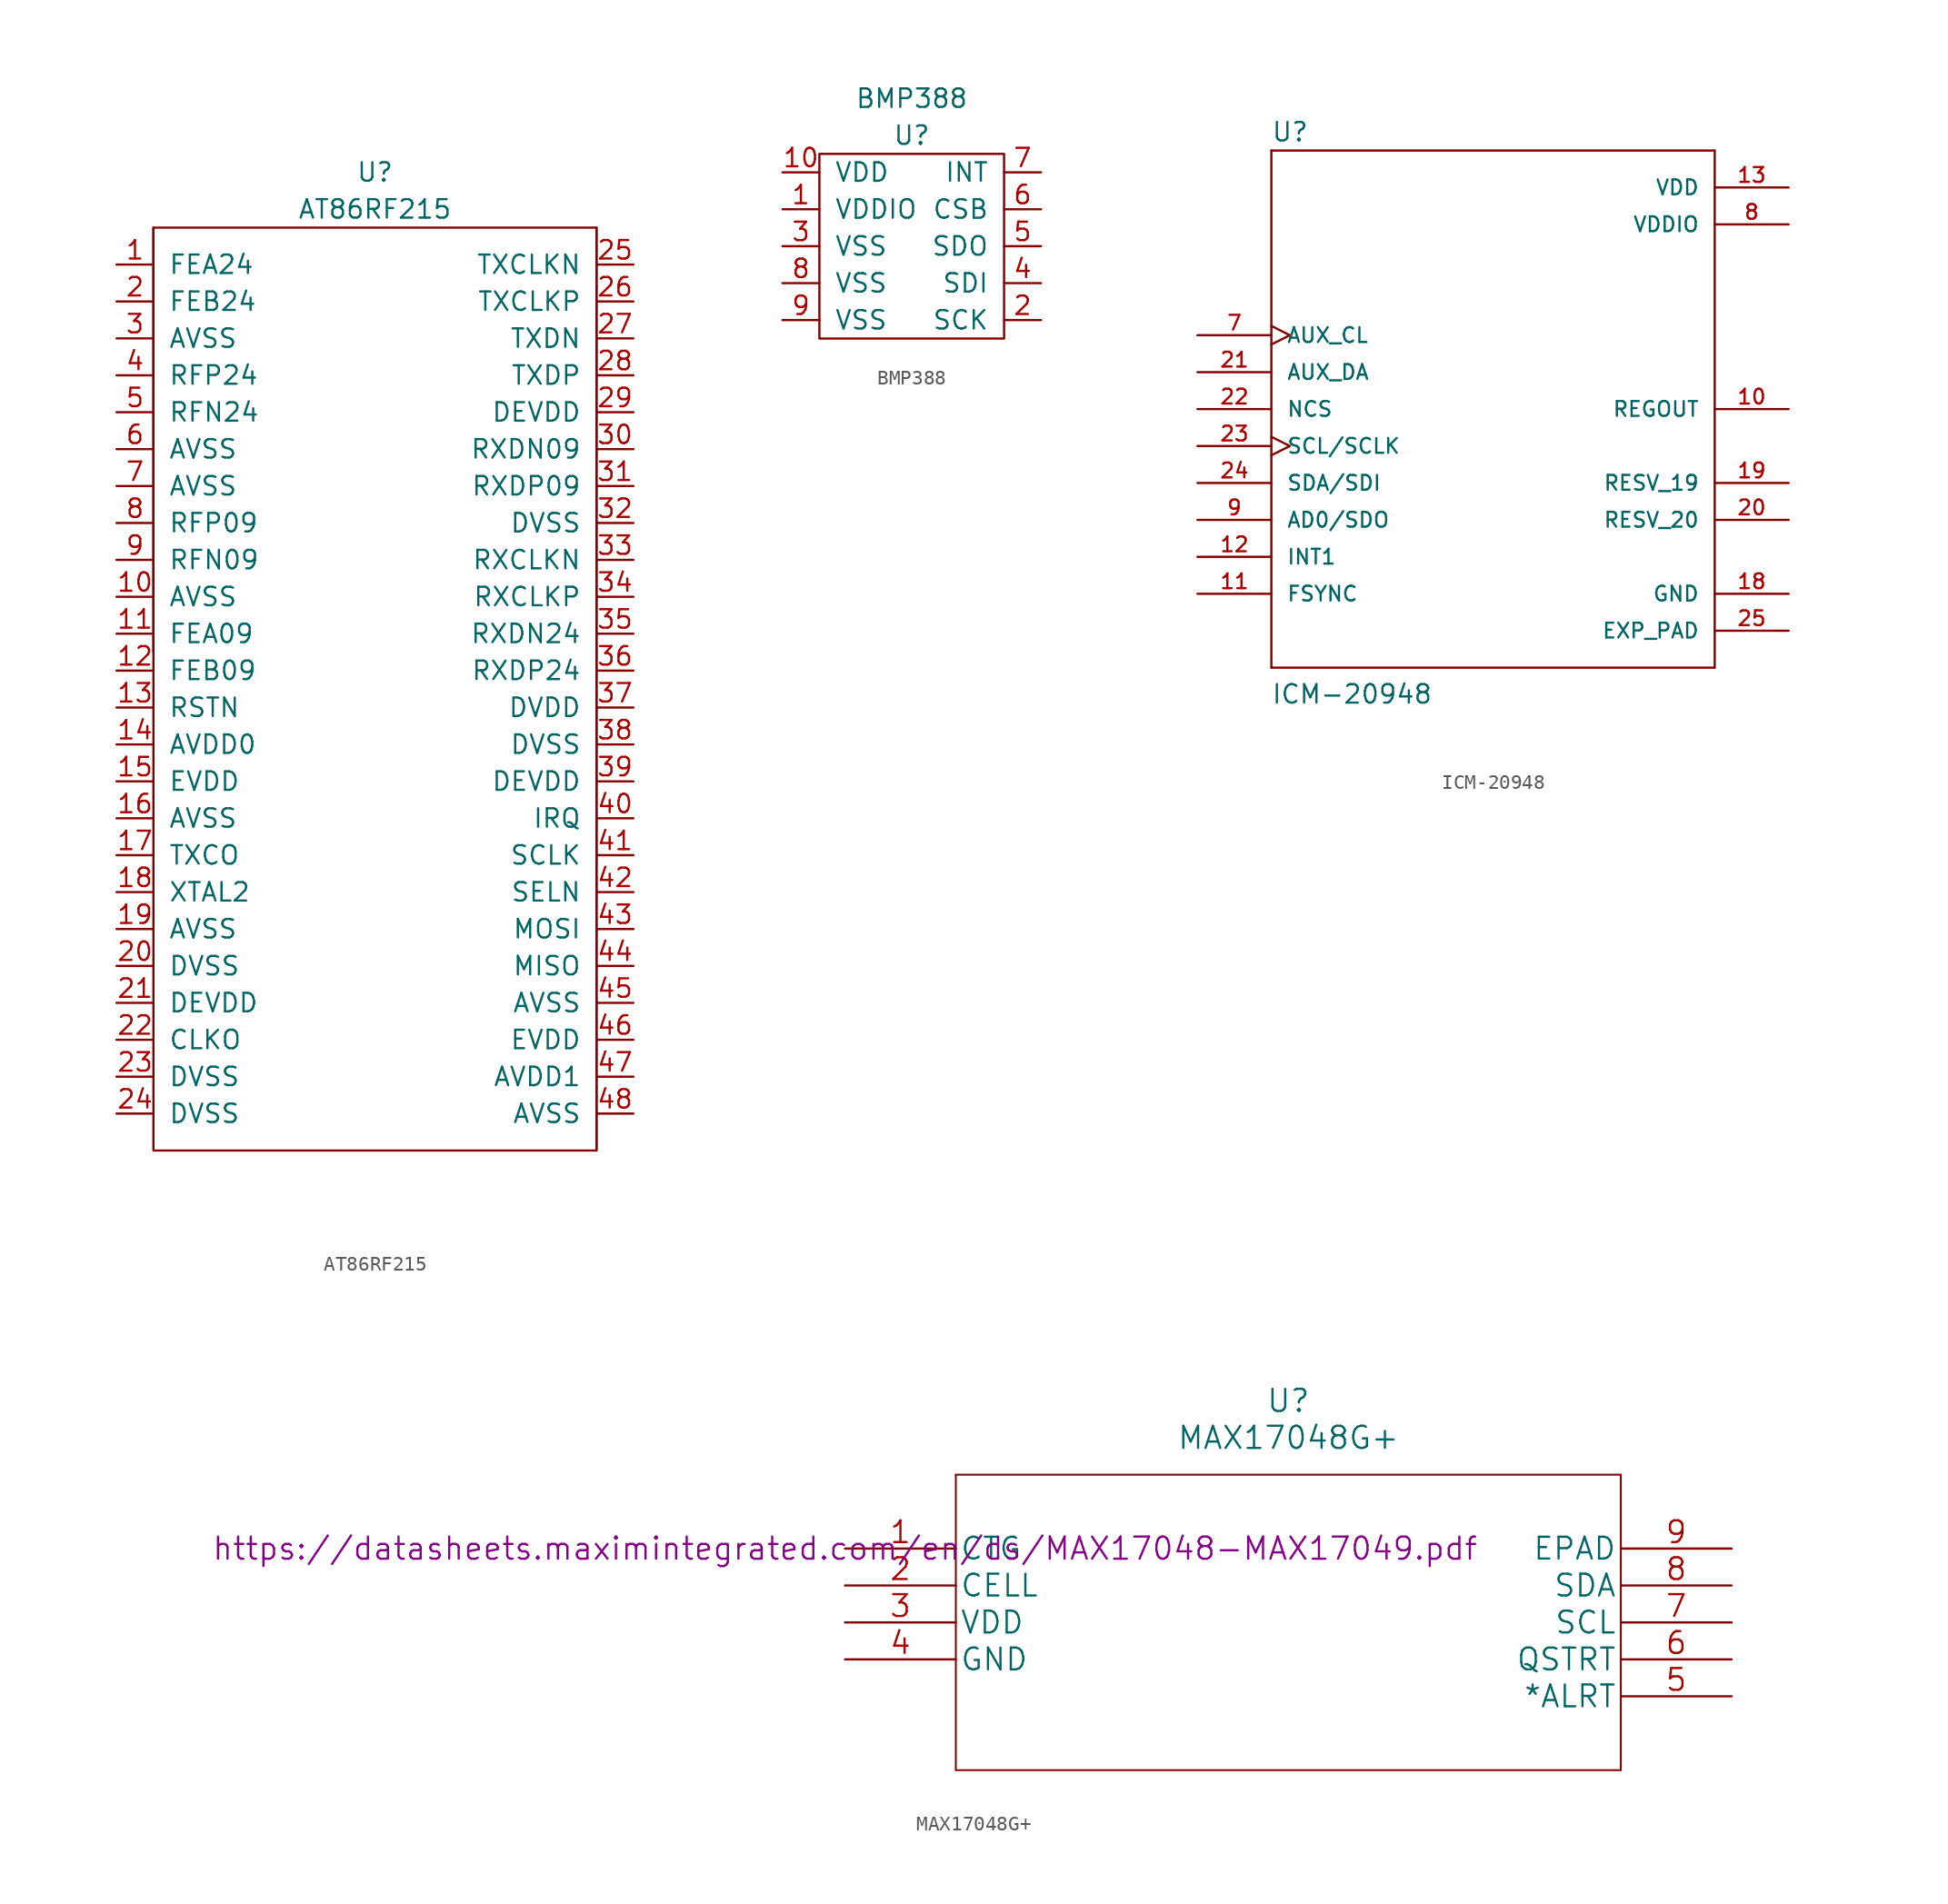
<source format=kicad_sym>
(kicad_symbol_lib
  (version 20211014)
  (generator kicad_symbol_editor)
  (symbol "AT86RF215"
    (pin_names
      (offset 1.016))
    (property "Reference" "U"
      (at 0 34.29 0)
      (effects (font (size 1.27 1.27))))
    (property "Value" "AT86RF215"
      (at 0 31.75 0)
      (effects (font (size 1.27 1.27))))
    (symbol "AT86RF215_0_1"
      (rectangle (start -15.24 1.27) (end -15.24 30.48) (stroke (width 0) (type default) (color 0 0 0 0)) (fill (type none)))
      (rectangle (start -15.24 30.48) (end 15.24 -33.02) (stroke (width 0) (type default) (color 0 0 0 0)) (fill (type none)))
      (rectangle (start 15.24 -33.02) (end 15.24 30.48) (stroke (width 0) (type default) (color 0 0 0 0)) (fill (type none))))
    (symbol "AT86RF215_1_1"
      (pin output line (at -17.78 27.94 0) (length 2.54) (name "FEA24" (effects (font (size 1.27 1.27)))) (number "1" (effects (font (size 1.27 1.27)))))
      (pin input line (at -17.78 5.08 0) (length 2.54) (name "AVSS" (effects (font (size 1.27 1.27)))) (number "10" (effects (font (size 1.27 1.27)))))
      (pin output line (at -17.78 2.54 0) (length 2.54) (name "FEA09" (effects (font (size 1.27 1.27)))) (number "11" (effects (font (size 1.27 1.27)))))
      (pin output line (at -17.78 0 0) (length 2.54) (name "FEB09" (effects (font (size 1.27 1.27)))) (number "12" (effects (font (size 1.27 1.27)))))
      (pin input line (at -17.78 -2.54 0) (length 2.54) (name "RSTN" (effects (font (size 1.27 1.27)))) (number "13" (effects (font (size 1.27 1.27)))))
      (pin input line (at -17.78 -5.08 0) (length 2.54) (name "AVDD0" (effects (font (size 1.27 1.27)))) (number "14" (effects (font (size 1.27 1.27)))))
      (pin input line (at -17.78 -7.62 0) (length 2.54) (name "EVDD" (effects (font (size 1.27 1.27)))) (number "15" (effects (font (size 1.27 1.27)))))
      (pin input line (at -17.78 -10.16 0) (length 2.54) (name "AVSS" (effects (font (size 1.27 1.27)))) (number "16" (effects (font (size 1.27 1.27)))))
      (pin input line (at -17.78 -12.7 0) (length 2.54) (name "TXCO" (effects (font (size 1.27 1.27)))) (number "17" (effects (font (size 1.27 1.27)))))
      (pin output line (at -17.78 -15.24 0) (length 2.54) (name "XTAL2" (effects (font (size 1.27 1.27)))) (number "18" (effects (font (size 1.27 1.27)))))
      (pin input line (at -17.78 -17.78 0) (length 2.54) (name "AVSS" (effects (font (size 1.27 1.27)))) (number "19" (effects (font (size 1.27 1.27)))))
      (pin output line (at -17.78 25.4 0) (length 2.54) (name "FEB24" (effects (font (size 1.27 1.27)))) (number "2" (effects (font (size 1.27 1.27)))))
      (pin input line (at -17.78 -20.32 0) (length 2.54) (name "DVSS" (effects (font (size 1.27 1.27)))) (number "20" (effects (font (size 1.27 1.27)))))
      (pin input line (at -17.78 -22.86 0) (length 2.54) (name "DEVDD" (effects (font (size 1.27 1.27)))) (number "21" (effects (font (size 1.27 1.27)))))
      (pin output line (at -17.78 -25.4 0) (length 2.54) (name "CLKO" (effects (font (size 1.27 1.27)))) (number "22" (effects (font (size 1.27 1.27)))))
      (pin input line (at -17.78 -27.94 0) (length 2.54) (name "DVSS" (effects (font (size 1.27 1.27)))) (number "23" (effects (font (size 1.27 1.27)))))
      (pin input line (at -17.78 -30.48 0) (length 2.54) (name "DVSS" (effects (font (size 1.27 1.27)))) (number "24" (effects (font (size 1.27 1.27)))))
      (pin input line (at 17.78 27.94 180) (length 2.54) (name "TXCLKN" (effects (font (size 1.27 1.27)))) (number "25" (effects (font (size 1.27 1.27)))))
      (pin input line (at 17.78 25.4 180) (length 2.54) (name "TXCLKP" (effects (font (size 1.27 1.27)))) (number "26" (effects (font (size 1.27 1.27)))))
      (pin input line (at 17.78 22.86 180) (length 2.54) (name "TXDN" (effects (font (size 1.27 1.27)))) (number "27" (effects (font (size 1.27 1.27)))))
      (pin input line (at 17.78 20.32 180) (length 2.54) (name "TXDP" (effects (font (size 1.27 1.27)))) (number "28" (effects (font (size 1.27 1.27)))))
      (pin input line (at 17.78 17.78 180) (length 2.54) (name "DEVDD" (effects (font (size 1.27 1.27)))) (number "29" (effects (font (size 1.27 1.27)))))
      (pin input line (at -17.78 22.86 0) (length 2.54) (name "AVSS" (effects (font (size 1.27 1.27)))) (number "3" (effects (font (size 1.27 1.27)))))
      (pin output line (at 17.78 15.24 180) (length 2.54) (name "RXDN09" (effects (font (size 1.27 1.27)))) (number "30" (effects (font (size 1.27 1.27)))))
      (pin output line (at 17.78 12.7 180) (length 2.54) (name "RXDP09" (effects (font (size 1.27 1.27)))) (number "31" (effects (font (size 1.27 1.27)))))
      (pin input line (at 17.78 10.16 180) (length 2.54) (name "DVSS" (effects (font (size 1.27 1.27)))) (number "32" (effects (font (size 1.27 1.27)))))
      (pin output line (at 17.78 7.62 180) (length 2.54) (name "RXCLKN" (effects (font (size 1.27 1.27)))) (number "33" (effects (font (size 1.27 1.27)))))
      (pin output line (at 17.78 5.08 180) (length 2.54) (name "RXCLKP" (effects (font (size 1.27 1.27)))) (number "34" (effects (font (size 1.27 1.27)))))
      (pin output line (at 17.78 2.54 180) (length 2.54) (name "RXDN24" (effects (font (size 1.27 1.27)))) (number "35" (effects (font (size 1.27 1.27)))))
      (pin output line (at 17.78 0 180) (length 2.54) (name "RXDP24" (effects (font (size 1.27 1.27)))) (number "36" (effects (font (size 1.27 1.27)))))
      (pin input line (at 17.78 -2.54 180) (length 2.54) (name "DVDD" (effects (font (size 1.27 1.27)))) (number "37" (effects (font (size 1.27 1.27)))))
      (pin input line (at 17.78 -5.08 180) (length 2.54) (name "DVSS" (effects (font (size 1.27 1.27)))) (number "38" (effects (font (size 1.27 1.27)))))
      (pin input line (at 17.78 -7.62 180) (length 2.54) (name "DEVDD" (effects (font (size 1.27 1.27)))) (number "39" (effects (font (size 1.27 1.27)))))
      (pin input line (at -17.78 20.32 0) (length 2.54) (name "RFP24" (effects (font (size 1.27 1.27)))) (number "4" (effects (font (size 1.27 1.27)))))
      (pin input line (at 17.78 -10.16 180) (length 2.54) (name "IRQ" (effects (font (size 1.27 1.27)))) (number "40" (effects (font (size 1.27 1.27)))))
      (pin input line (at 17.78 -12.7 180) (length 2.54) (name "SCLK" (effects (font (size 1.27 1.27)))) (number "41" (effects (font (size 1.27 1.27)))))
      (pin input line (at 17.78 -15.24 180) (length 2.54) (name "SELN" (effects (font (size 1.27 1.27)))) (number "42" (effects (font (size 1.27 1.27)))))
      (pin input line (at 17.78 -17.78 180) (length 2.54) (name "MOSI" (effects (font (size 1.27 1.27)))) (number "43" (effects (font (size 1.27 1.27)))))
      (pin output line (at 17.78 -20.32 180) (length 2.54) (name "MISO" (effects (font (size 1.27 1.27)))) (number "44" (effects (font (size 1.27 1.27)))))
      (pin input line (at 17.78 -22.86 180) (length 2.54) (name "AVSS" (effects (font (size 1.27 1.27)))) (number "45" (effects (font (size 1.27 1.27)))))
      (pin input line (at 17.78 -25.4 180) (length 2.54) (name "EVDD" (effects (font (size 1.27 1.27)))) (number "46" (effects (font (size 1.27 1.27)))))
      (pin input line (at 17.78 -27.94 180) (length 2.54) (name "AVDD1" (effects (font (size 1.27 1.27)))) (number "47" (effects (font (size 1.27 1.27)))))
      (pin input line (at 17.78 -30.48 180) (length 2.54) (name "AVSS" (effects (font (size 1.27 1.27)))) (number "48" (effects (font (size 1.27 1.27)))))
      (pin input line (at -17.78 17.78 0) (length 2.54) (name "RFN24" (effects (font (size 1.27 1.27)))) (number "5" (effects (font (size 1.27 1.27)))))
      (pin input line (at -17.78 15.24 0) (length 2.54) (name "AVSS" (effects (font (size 1.27 1.27)))) (number "6" (effects (font (size 1.27 1.27)))))
      (pin input line (at -17.78 12.7 0) (length 2.54) (name "AVSS" (effects (font (size 1.27 1.27)))) (number "7" (effects (font (size 1.27 1.27)))))
      (pin input line (at -17.78 10.16 0) (length 2.54) (name "RFP09" (effects (font (size 1.27 1.27)))) (number "8" (effects (font (size 1.27 1.27)))))
      (pin input line (at -17.78 7.62 0) (length 2.54) (name "RFN09" (effects (font (size 1.27 1.27)))) (number "9" (effects (font (size 1.27 1.27)))))))
  (symbol "BMP388"
    (pin_names
      (offset 1.016))
    (property "Reference" "U"
      (at 0 8.89 0)
      (effects (font (size 1.27 1.27))))
    (property "Value" "BMP388"
      (at 0 11.43 0)
      (effects (font (size 1.27 1.27))))
    (symbol "BMP388_0_0"
      (pin power_in line (at -8.89 3.81 0) (length 2.54) (name "VDDIO" (effects (font (size 1.27 1.27)))) (number "1" (effects (font (size 1.27 1.27)))))
      (pin power_in line (at -8.89 6.35 0) (length 2.54) (name "VDD" (effects (font (size 1.27 1.27)))) (number "10" (effects (font (size 1.27 1.27)))))
      (pin input line (at 8.89 -3.81 180) (length 2.54) (name "SCK" (effects (font (size 1.27 1.27)))) (number "2" (effects (font (size 1.27 1.27)))))
      (pin power_in line (at -8.89 1.27 0) (length 2.54) (name "VSS" (effects (font (size 1.27 1.27)))) (number "3" (effects (font (size 1.27 1.27)))))
      (pin bidirectional line (at 8.89 -1.27 180) (length 2.54) (name "SDI" (effects (font (size 1.27 1.27)))) (number "4" (effects (font (size 1.27 1.27)))))
      (pin bidirectional line (at 8.89 1.27 180) (length 2.54) (name "SDO" (effects (font (size 1.27 1.27)))) (number "5" (effects (font (size 1.27 1.27)))))
      (pin input line (at 8.89 3.81 180) (length 2.54) (name "CSB" (effects (font (size 1.27 1.27)))) (number "6" (effects (font (size 1.27 1.27)))))
      (pin output line (at 8.89 6.35 180) (length 2.54) (name "INT" (effects (font (size 1.27 1.27)))) (number "7" (effects (font (size 1.27 1.27)))))
      (pin power_in line (at -8.89 -1.27 0) (length 2.54) (name "VSS" (effects (font (size 1.27 1.27)))) (number "8" (effects (font (size 1.27 1.27)))))
      (pin power_in line (at -8.89 -3.81 0) (length 2.54) (name "VSS" (effects (font (size 1.27 1.27)))) (number "9" (effects (font (size 1.27 1.27))))))
    (symbol "BMP388_0_1"
      (rectangle (start -6.35 7.62) (end 6.35 -5.08) (stroke (width 0) (type default) (color 0 0 0 0)) (fill (type none)))))
  (symbol "ICM-20948"
    (pin_names
      (offset 1.016))
    (property "Reference" "U"
      (at -15.265 18.313 0)
      (effects (font (size 1.27 1.27)) (justify left bottom)))
    (property "Value" "ICM-20948"
      (at -15.265 -20.345 0)
      (effects (font (size 1.27 1.27)) (justify left bottom)))
    (property "ki_locked" ""
      (at 0 0 0)
      (effects (font (size 1.27 1.27))))
    (symbol "ICM-20948_0_0"
      (polyline (pts (xy -15.24 -17.78) (xy 15.24 -17.78)) (stroke (width 0.152) (type default) (color 0 0 0 0)) (fill (type none)))
      (polyline (pts (xy -15.24 17.78) (xy -15.24 -17.78)) (stroke (width 0.152) (type default) (color 0 0 0 0)) (fill (type none)))
      (polyline (pts (xy 15.24 -17.78) (xy 15.24 17.78)) (stroke (width 0.152) (type default) (color 0 0 0 0)) (fill (type none)))
      (polyline (pts (xy 15.24 17.78) (xy -15.24 17.78)) (stroke (width 0.152) (type default) (color 0 0 0 0)) (fill (type none)))
      (pin output line (at 20.32 0 180) (length 5.08) (name "REGOUT" (effects (font (size 1.016 1.016)))) (number "10" (effects (font (size 1.016 1.016)))))
      (pin input line (at -20.32 -12.7 0) (length 5.08) (name "FSYNC" (effects (font (size 1.016 1.016)))) (number "11" (effects (font (size 1.016 1.016)))))
      (pin output line (at -20.32 -10.16 0) (length 5.08) (name "INT1" (effects (font (size 1.016 1.016)))) (number "12" (effects (font (size 1.016 1.016)))))
      (pin power_in line (at 20.32 15.24 180) (length 5.08) (name "VDD" (effects (font (size 1.016 1.016)))) (number "13" (effects (font (size 1.016 1.016)))))
      (pin power_in line (at 20.32 -12.7 180) (length 5.08) (name "GND" (effects (font (size 1.016 1.016)))) (number "18" (effects (font (size 1.016 1.016)))))
      (pin passive line (at 20.32 -5.08 180) (length 5.08) (name "RESV_19" (effects (font (size 1.016 1.016)))) (number "19" (effects (font (size 1.016 1.016)))))
      (pin passive line (at 20.32 -7.62 180) (length 5.08) (name "RESV_20" (effects (font (size 1.016 1.016)))) (number "20" (effects (font (size 1.016 1.016)))))
      (pin input line (at -20.32 2.54 0) (length 5.08) (name "AUX_DA" (effects (font (size 1.016 1.016)))) (number "21" (effects (font (size 1.016 1.016)))))
      (pin input line (at -20.32 0 0) (length 5.08) (name "NCS" (effects (font (size 1.016 1.016)))) (number "22" (effects (font (size 1.016 1.016)))))
      (pin input clock (at -20.32 -2.54 0) (length 5.08) (name "SCL/SCLK" (effects (font (size 1.016 1.016)))) (number "23" (effects (font (size 1.016 1.016)))))
      (pin bidirectional line (at -20.32 -5.08 0) (length 5.08) (name "SDA/SDI" (effects (font (size 1.016 1.016)))) (number "24" (effects (font (size 1.016 1.016)))))
      (pin power_in line (at 20.32 -15.24 180) (length 5.08) (name "EXP_PAD" (effects (font (size 1.016 1.016)))) (number "25" (effects (font (size 1.016 1.016)))))
      (pin input clock (at -20.32 5.08 0) (length 5.08) (name "AUX_CL" (effects (font (size 1.016 1.016)))) (number "7" (effects (font (size 1.016 1.016)))))
      (pin power_in line (at 20.32 12.7 180) (length 5.08) (name "VDDIO" (effects (font (size 1.016 1.016)))) (number "8" (effects (font (size 1.016 1.016)))))
      (pin output line (at -20.32 -7.62 0) (length 5.08) (name "AD0/SDO" (effects (font (size 1.016 1.016)))) (number "9" (effects (font (size 1.016 1.016)))))))
  (symbol "MAX17048G+"
    (pin_names
      (offset 0.254))
    (property "Reference" "U"
      (at 30.48 10.16 0)
      (effects (font (size 1.524 1.524))))
    (property "Value" "MAX17048G+"
      (at 30.48 7.62 0)
      (effects (font (size 1.524 1.524))))
    (property "Datasheet" "https://datasheets.maximintegrated.com/en/ds/MAX17048-MAX17049.pdf"
      (at 0 0 0)
      (effects (font (size 1.524 1.524))))
    (symbol "MAX17048G+_1_1"
      (polyline (pts (xy 7.62 -15.24) (xy 53.34 -15.24)) (stroke (width 0.127) (type default) (color 0 0 0 0)) (fill (type none)))
      (polyline (pts (xy 7.62 5.08) (xy 7.62 -15.24)) (stroke (width 0.127) (type default) (color 0 0 0 0)) (fill (type none)))
      (polyline (pts (xy 53.34 -15.24) (xy 53.34 5.08)) (stroke (width 0.127) (type default) (color 0 0 0 0)) (fill (type none)))
      (polyline (pts (xy 53.34 5.08) (xy 7.62 5.08)) (stroke (width 0.127) (type default) (color 0 0 0 0)) (fill (type none)))
      (pin power_in line (at 0 0 0) (length 7.62) (name "CTG" (effects (font (size 1.499 1.499)))) (number "1" (effects (font (size 1.499 1.499)))))
      (pin power_in line (at 0 -2.54 0) (length 7.62) (name "CELL" (effects (font (size 1.499 1.499)))) (number "2" (effects (font (size 1.499 1.499)))))
      (pin power_in line (at 0 -5.08 0) (length 7.62) (name "VDD" (effects (font (size 1.499 1.499)))) (number "3" (effects (font (size 1.499 1.499)))))
      (pin power_in line (at 0 -7.62 0) (length 7.62) (name "GND" (effects (font (size 1.499 1.499)))) (number "4" (effects (font (size 1.499 1.499)))))
      (pin output line (at 60.96 -10.16 180) (length 7.62) (name "*ALRT" (effects (font (size 1.499 1.499)))) (number "5" (effects (font (size 1.499 1.499)))))
      (pin input line (at 60.96 -7.62 180) (length 7.62) (name "QSTRT" (effects (font (size 1.499 1.499)))) (number "6" (effects (font (size 1.499 1.499)))))
      (pin input line (at 60.96 -5.08 180) (length 7.62) (name "SCL" (effects (font (size 1.499 1.499)))) (number "7" (effects (font (size 1.499 1.499)))))
      (pin bidirectional line (at 60.96 -2.54 180) (length 7.62) (name "SDA" (effects (font (size 1.499 1.499)))) (number "8" (effects (font (size 1.499 1.499)))))
      (pin unspecified line (at 60.96 0 180) (length 7.62) (name "EPAD" (effects (font (size 1.499 1.499)))) (number "9" (effects (font (size 1.499 1.499))))))))
</source>
